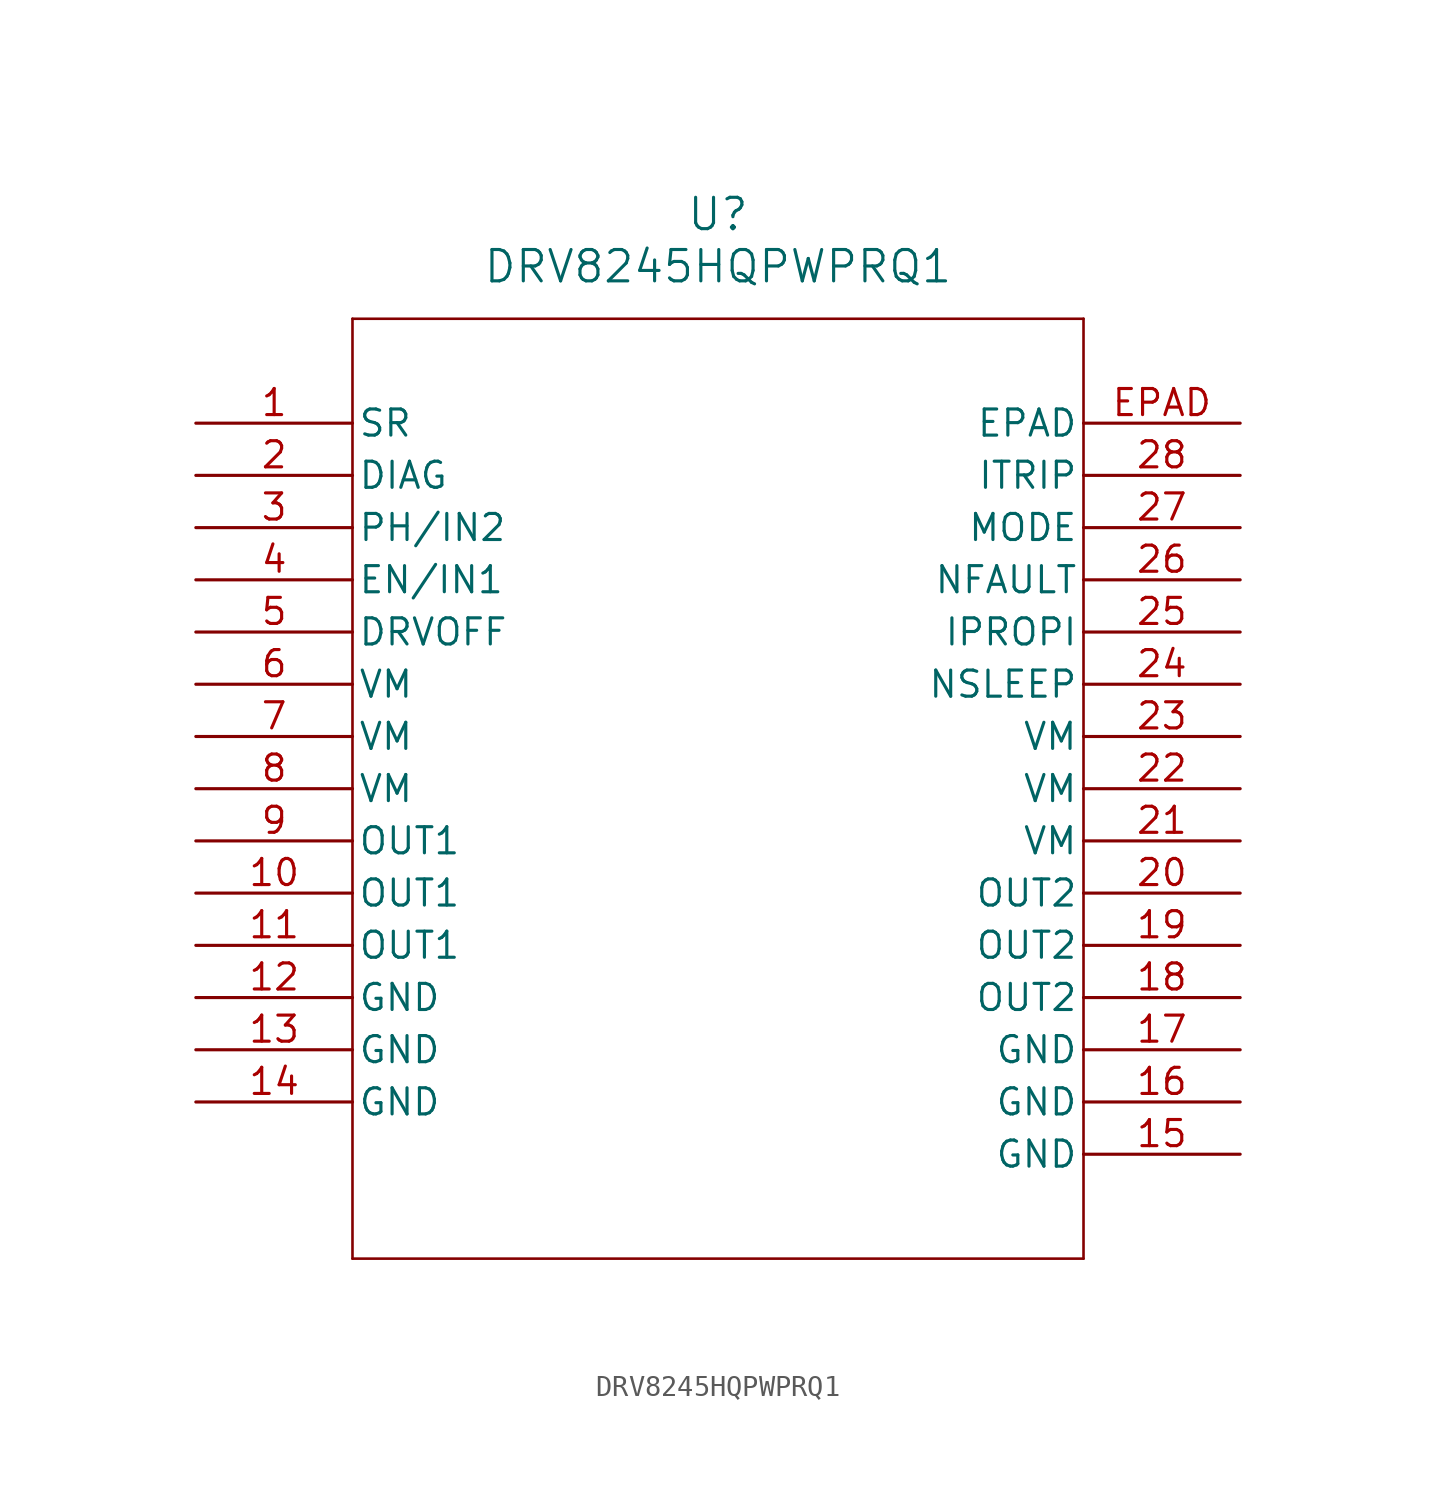
<source format=kicad_sym>
(kicad_symbol_lib
  (version 20211014)
  (generator kicad_symbol_editor)
  (symbol "DRV8245HQPWPRQ1"
    (pin_names
      (offset 0.254))
    (property "Reference" "U"
      (at 25.4 10.16 0)
      (effects (font (size 1.524 1.524))))
    (property "Value" "DRV8245HQPWPRQ1"
      (at 25.4 7.62 0)
      (effects (font (size 1.524 1.524))))
    (symbol "DRV8245HQPWPRQ1_0_1"
      (polyline (pts (xy 7.62 5.08) (xy 7.62 -40.64)) (stroke (width 0.127) (type default) (color 0 0 0 0)) (fill (type none)))
      (polyline (pts (xy 7.62 -40.64) (xy 43.18 -40.64)) (stroke (width 0.127) (type default) (color 0 0 0 0)) (fill (type none)))
      (polyline (pts (xy 43.18 -40.64) (xy 43.18 5.08)) (stroke (width 0.127) (type default) (color 0 0 0 0)) (fill (type none)))
      (polyline (pts (xy 43.18 5.08) (xy 7.62 5.08)) (stroke (width 0.127) (type default) (color 0 0 0 0)) (fill (type none)))
      (pin input line (at 0 0 0) (length 7.62) (name "SR" (effects (font (size 1.27 1.27)))) (number "1" (effects (font (size 1.27 1.27)))))
      (pin input line (at 0 -2.54 0) (length 7.62) (name "DIAG" (effects (font (size 1.27 1.27)))) (number "2" (effects (font (size 1.27 1.27)))))
      (pin input line (at 0 -5.08 0) (length 7.62) (name "PH/IN2" (effects (font (size 1.27 1.27)))) (number "3" (effects (font (size 1.27 1.27)))))
      (pin input line (at 0 -7.62 0) (length 7.62) (name "EN/IN1" (effects (font (size 1.27 1.27)))) (number "4" (effects (font (size 1.27 1.27)))))
      (pin input line (at 0 -10.16 0) (length 7.62) (name "DRVOFF" (effects (font (size 1.27 1.27)))) (number "5" (effects (font (size 1.27 1.27)))))
      (pin power_in line (at 0 -12.7 0) (length 7.62) (name "VM" (effects (font (size 1.27 1.27)))) (number "6" (effects (font (size 1.27 1.27)))))
      (pin power_in line (at 0 -15.24 0) (length 7.62) (name "VM" (effects (font (size 1.27 1.27)))) (number "7" (effects (font (size 1.27 1.27)))))
      (pin power_in line (at 0 -17.78 0) (length 7.62) (name "VM" (effects (font (size 1.27 1.27)))) (number "8" (effects (font (size 1.27 1.27)))))
      (pin power_in line (at 0 -20.32 0) (length 7.62) (name "OUT1" (effects (font (size 1.27 1.27)))) (number "9" (effects (font (size 1.27 1.27)))))
      (pin power_in line (at 0 -22.86 0) (length 7.62) (name "OUT1" (effects (font (size 1.27 1.27)))) (number "10" (effects (font (size 1.27 1.27)))))
      (pin power_in line (at 0 -25.4 0) (length 7.62) (name "OUT1" (effects (font (size 1.27 1.27)))) (number "11" (effects (font (size 1.27 1.27)))))
      (pin power_out line (at 0 -27.94 0) (length 7.62) (name "GND" (effects (font (size 1.27 1.27)))) (number "12" (effects (font (size 1.27 1.27)))))
      (pin power_out line (at 0 -30.48 0) (length 7.62) (name "GND" (effects (font (size 1.27 1.27)))) (number "13" (effects (font (size 1.27 1.27)))))
      (pin power_out line (at 0 -33.02 0) (length 7.62) (name "GND" (effects (font (size 1.27 1.27)))) (number "14" (effects (font (size 1.27 1.27)))))
      (pin power_out line (at 50.8 -35.56 180) (length 7.62) (name "GND" (effects (font (size 1.27 1.27)))) (number "15" (effects (font (size 1.27 1.27)))))
      (pin power_out line (at 50.8 -33.02 180) (length 7.62) (name "GND" (effects (font (size 1.27 1.27)))) (number "16" (effects (font (size 1.27 1.27)))))
      (pin power_out line (at 50.8 -30.48 180) (length 7.62) (name "GND" (effects (font (size 1.27 1.27)))) (number "17" (effects (font (size 1.27 1.27)))))
      (pin power_in line (at 50.8 -27.94 180) (length 7.62) (name "OUT2" (effects (font (size 1.27 1.27)))) (number "18" (effects (font (size 1.27 1.27)))))
      (pin power_in line (at 50.8 -25.4 180) (length 7.62) (name "OUT2" (effects (font (size 1.27 1.27)))) (number "19" (effects (font (size 1.27 1.27)))))
      (pin power_in line (at 50.8 -22.86 180) (length 7.62) (name "OUT2" (effects (font (size 1.27 1.27)))) (number "20" (effects (font (size 1.27 1.27)))))
      (pin power_in line (at 50.8 -20.32 180) (length 7.62) (name "VM" (effects (font (size 1.27 1.27)))) (number "21" (effects (font (size 1.27 1.27)))))
      (pin power_in line (at 50.8 -17.78 180) (length 7.62) (name "VM" (effects (font (size 1.27 1.27)))) (number "22" (effects (font (size 1.27 1.27)))))
      (pin power_in line (at 50.8 -15.24 180) (length 7.62) (name "VM" (effects (font (size 1.27 1.27)))) (number "23" (effects (font (size 1.27 1.27)))))
      (pin input line (at 50.8 -12.7 180) (length 7.62) (name "NSLEEP" (effects (font (size 1.27 1.27)))) (number "24" (effects (font (size 1.27 1.27)))))
      (pin bidirectional line (at 50.8 -10.16 180) (length 7.62) (name "IPROPI" (effects (font (size 1.27 1.27)))) (number "25" (effects (font (size 1.27 1.27)))))
      (pin output line (at 50.8 -7.62 180) (length 7.62) (name "NFAULT" (effects (font (size 1.27 1.27)))) (number "26" (effects (font (size 1.27 1.27)))))
      (pin input line (at 50.8 -5.08 180) (length 7.62) (name "MODE" (effects (font (size 1.27 1.27)))) (number "27" (effects (font (size 1.27 1.27)))))
      (pin input line (at 50.8 -2.54 180) (length 7.62) (name "ITRIP" (effects (font (size 1.27 1.27)))) (number "28" (effects (font (size 1.27 1.27)))))
      (pin unspecified line (at 50.8 0 180) (length 7.62) (name "EPAD" (effects (font (size 1.27 1.27)))) (number "EPAD" (effects (font (size 1.27 1.27))))))))
</source>
